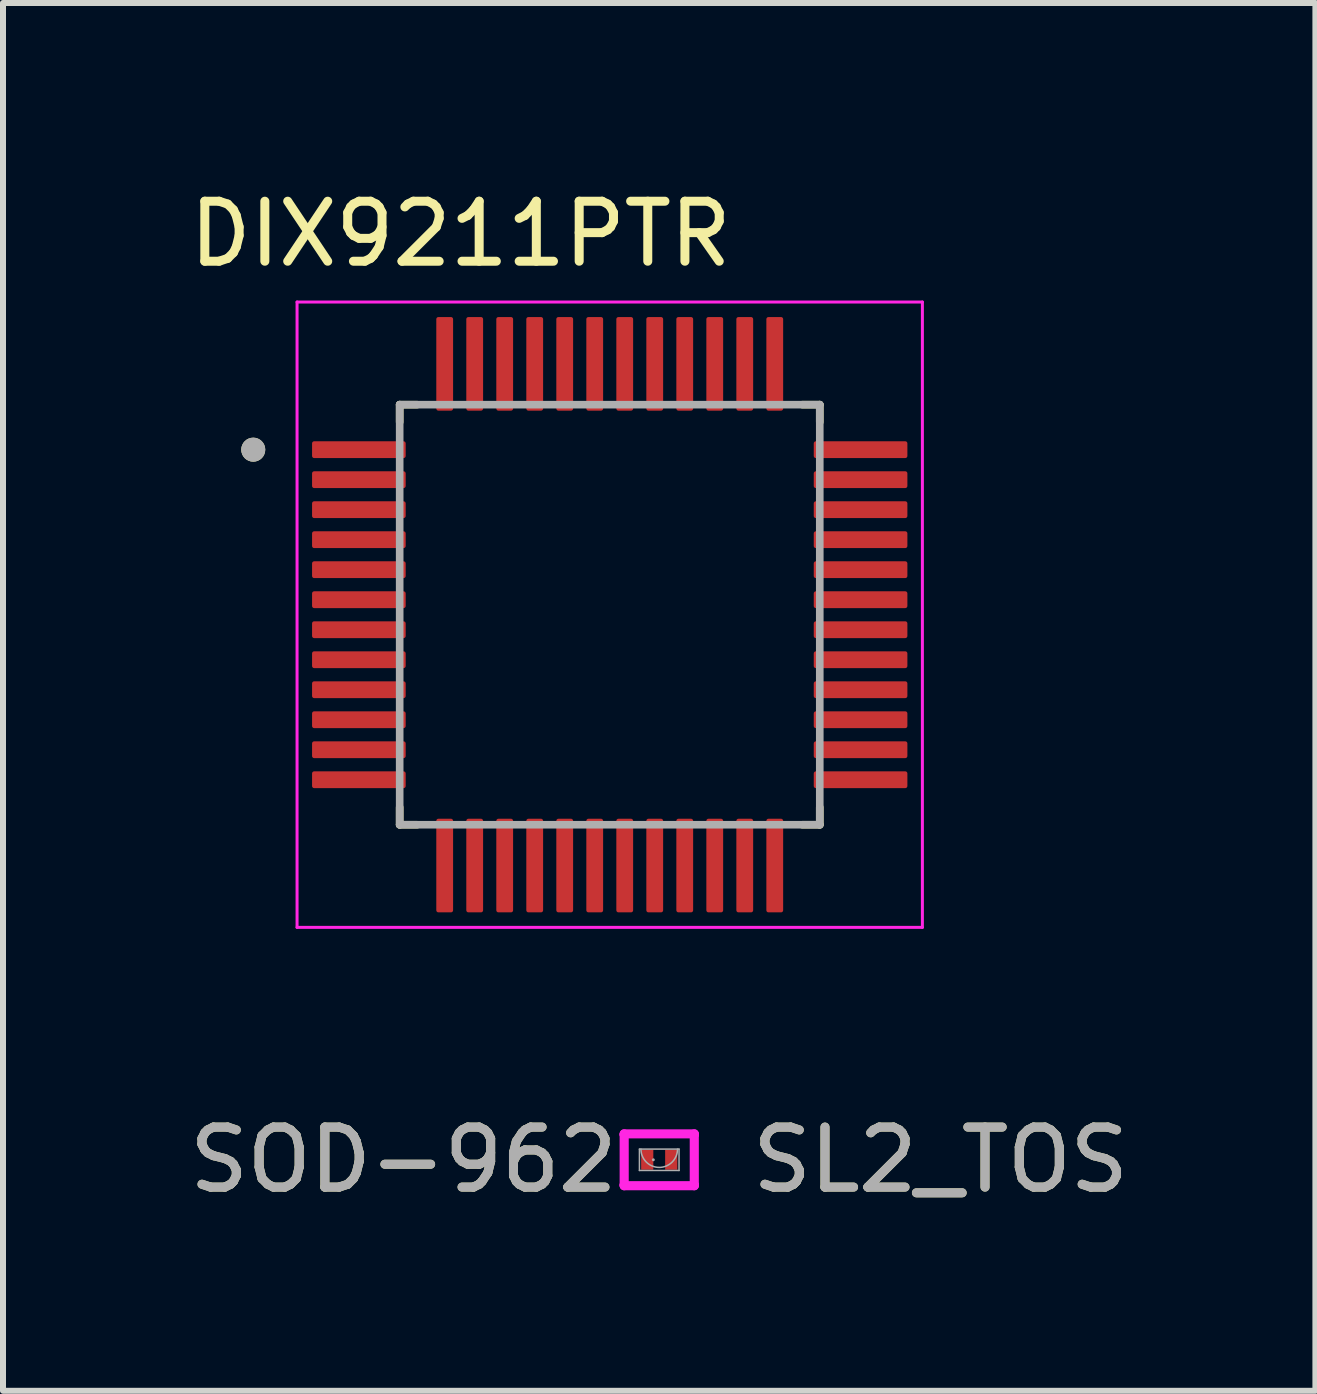
<source format=kicad_pcb>
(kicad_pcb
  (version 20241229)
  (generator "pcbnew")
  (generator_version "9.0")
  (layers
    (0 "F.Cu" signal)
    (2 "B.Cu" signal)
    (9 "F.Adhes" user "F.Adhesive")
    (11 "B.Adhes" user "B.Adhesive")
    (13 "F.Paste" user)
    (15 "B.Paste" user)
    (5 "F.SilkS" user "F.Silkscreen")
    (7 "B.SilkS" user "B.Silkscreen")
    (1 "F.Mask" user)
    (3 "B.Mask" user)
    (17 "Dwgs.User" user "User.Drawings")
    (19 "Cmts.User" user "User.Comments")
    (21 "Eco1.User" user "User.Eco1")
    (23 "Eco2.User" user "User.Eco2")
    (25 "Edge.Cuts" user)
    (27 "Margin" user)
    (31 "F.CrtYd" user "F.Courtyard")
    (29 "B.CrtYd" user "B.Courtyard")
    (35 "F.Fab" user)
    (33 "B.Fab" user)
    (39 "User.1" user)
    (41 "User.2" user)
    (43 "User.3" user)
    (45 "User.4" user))
  (footprint "SOD-962   SL2_TOS"
    (layer "F.Cu")
    (at 7.935 16.276)
    (property "Reference" "SOD-962   SL2_TOS" (at 0 0 0) (unlocked yes) (layer "F.SilkS") (effects (font (size 1 1) (thickness 0.15))))
    (attr smd)
    (fp_line (start -0.584 -0.432) (end 0.584 -0.432) (stroke (width 0.152) (type solid)) (layer "F.CrtYd"))
    (fp_line (start -0.584 -0.419) (end -0.584 -0.432) (stroke (width 0.152) (type solid)) (layer "F.CrtYd"))
    (fp_line (start -0.584 -0.419) (end -0.584 -0.419) (stroke (width 0.152) (type solid)) (layer "F.CrtYd"))
    (fp_line (start -0.584 0.419) (end -0.584 -0.419) (stroke (width 0.152) (type solid)) (layer "F.CrtYd"))
    (fp_line (start -0.584 0.419) (end -0.584 0.419) (stroke (width 0.152) (type solid)) (layer "F.CrtYd"))
    (fp_line (start -0.584 0.432) (end -0.584 0.419) (stroke (width 0.152) (type solid)) (layer "F.CrtYd"))
    (fp_line (start 0.584 -0.432) (end 0.584 -0.419) (stroke (width 0.152) (type solid)) (layer "F.CrtYd"))
    (fp_line (start 0.584 -0.419) (end 0.584 -0.419) (stroke (width 0.152) (type solid)) (layer "F.CrtYd"))
    (fp_line (start 0.584 -0.419) (end 0.584 0.419) (stroke (width 0.152) (type solid)) (layer "F.CrtYd"))
    (fp_line (start 0.584 0.419) (end 0.584 0.419) (stroke (width 0.152) (type solid)) (layer "F.CrtYd"))
    (fp_line (start 0.584 0.419) (end 0.584 0.432) (stroke (width 0.152) (type solid)) (layer "F.CrtYd"))
    (fp_line (start 0.584 0.432) (end -0.584 0.432) (stroke (width 0.152) (type solid)) (layer "F.CrtYd"))
    (fp_line (start -0.33 -0.178) (end -0.33 0.178) (stroke (width 0.025) (type solid)) (layer "F.Fab"))
    (fp_line (start -0.33 0.178) (end 0.33 0.178) (stroke (width 0.025) (type solid)) (layer "F.Fab"))
    (fp_line (start 0.33 -0.178) (end -0.33 -0.178) (stroke (width 0.025) (type solid)) (layer "F.Fab"))
    (fp_line (start 0.33 0.178) (end 0.33 -0.178) (stroke (width 0.025) (type solid)) (layer "F.Fab"))
    (fp_arc (start 0.3048 -0.1778) (mid 0 0.127) (end -0.3048 -0.1778) (stroke (width 0.0254) (type solid)) (layer "F.Fab"))
    (fp_circle (center -0.098 0) (end -0.098 0) (stroke (width 0.025) (type solid)) (fill no) (layer "F.Fab"))
    (fp_text user "${REFERENCE}" (at 0 0 0) (unlocked yes) (layer "F.Fab") (effects (font (size 1 1) (thickness 0.15))))
    (pad "1" smd rect (at -0.2 0) (size 0.203 0.33) (layers "F.Cu" "F.Mask" "F.Paste"))
    (pad "2" smd rect (at 0.2 0) (size 0.203 0.33) (layers "F.Cu" "F.Mask" "F.Paste")))
  (footprint "DIX9211PTR"
    (layer "F.Cu")
    (at 7.11 7.193)
    (property "Reference" "DIX9211PTR" (at -2.485 -6.345 0) (layer "F.SilkS") (effects (font (size 1 1) (thickness 0.15))))
    (attr smd)
    (fp_line (start -3.5 -3.5) (end -3.5 -3.21) (stroke (width 0.127) (type solid)) (layer "F.SilkS"))
    (fp_line (start -3.5 -3.5) (end -3.21 -3.5) (stroke (width 0.127) (type solid)) (layer "F.SilkS"))
    (fp_line (start -3.5 3.5) (end -3.5 3.21) (stroke (width 0.127) (type solid)) (layer "F.SilkS"))
    (fp_line (start -3.5 3.5) (end -3.21 3.5) (stroke (width 0.127) (type solid)) (layer "F.SilkS"))
    (fp_line (start 3.5 -3.5) (end 3.21 -3.5) (stroke (width 0.127) (type solid)) (layer "F.SilkS"))
    (fp_line (start 3.5 -3.5) (end 3.5 -3.21) (stroke (width 0.127) (type solid)) (layer "F.SilkS"))
    (fp_line (start 3.5 3.5) (end 3.21 3.5) (stroke (width 0.127) (type solid)) (layer "F.SilkS"))
    (fp_line (start 3.5 3.5) (end 3.5 3.21) (stroke (width 0.127) (type solid)) (layer "F.SilkS"))
    (fp_circle (center -5.94 -2.75) (end -5.84 -2.75) (stroke (width 0.2) (type solid)) (fill no) (layer "F.SilkS"))
    (fp_line (start -5.21 -5.21) (end 5.21 -5.21) (stroke (width 0.05) (type solid)) (layer "F.CrtYd"))
    (fp_line (start -5.21 5.21) (end -5.21 -5.21) (stroke (width 0.05) (type solid)) (layer "F.CrtYd"))
    (fp_line (start -5.21 5.21) (end 5.21 5.21) (stroke (width 0.05) (type solid)) (layer "F.CrtYd"))
    (fp_line (start 5.21 5.21) (end 5.21 -5.21) (stroke (width 0.05) (type solid)) (layer "F.CrtYd"))
    (fp_line (start -3.5 3.5) (end -3.5 -3.5) (stroke (width 0.127) (type solid)) (layer "F.Fab"))
    (fp_line (start 3.5 -3.5) (end -3.5 -3.5) (stroke (width 0.127) (type solid)) (layer "F.Fab"))
    (fp_line (start 3.5 3.5) (end -3.5 3.5) (stroke (width 0.127) (type solid)) (layer "F.Fab"))
    (fp_line (start 3.5 3.5) (end 3.5 -3.5) (stroke (width 0.127) (type solid)) (layer "F.Fab"))
    (fp_circle (center -5.94 -2.75) (end -5.84 -2.75) (stroke (width 0.2) (type solid)) (fill no) (layer "F.Fab"))
    (pad "1" smd roundrect (at -4.18 -2.75) (size 1.56 0.28) (layers "F.Cu" "F.Mask" "F.Paste") (roundrect_rratio 0.125))
    (pad "2" smd roundrect (at -4.18 -2.25) (size 1.56 0.28) (layers "F.Cu" "F.Mask" "F.Paste") (roundrect_rratio 0.125))
    (pad "3" smd roundrect (at -4.18 -1.75) (size 1.56 0.28) (layers "F.Cu" "F.Mask" "F.Paste") (roundrect_rratio 0.125))
    (pad "4" smd roundrect (at -4.18 -1.25) (size 1.56 0.28) (layers "F.Cu" "F.Mask" "F.Paste") (roundrect_rratio 0.125))
    (pad "5" smd roundrect (at -4.18 -0.75) (size 1.56 0.28) (layers "F.Cu" "F.Mask" "F.Paste") (roundrect_rratio 0.125))
    (pad "6" smd roundrect (at -4.18 -0.25) (size 1.56 0.28) (layers "F.Cu" "F.Mask" "F.Paste") (roundrect_rratio 0.125))
    (pad "7" smd roundrect (at -4.18 0.25) (size 1.56 0.28) (layers "F.Cu" "F.Mask" "F.Paste") (roundrect_rratio 0.125))
    (pad "8" smd roundrect (at -4.18 0.75) (size 1.56 0.28) (layers "F.Cu" "F.Mask" "F.Paste") (roundrect_rratio 0.125))
    (pad "9" smd roundrect (at -4.18 1.25) (size 1.56 0.28) (layers "F.Cu" "F.Mask" "F.Paste") (roundrect_rratio 0.125))
    (pad "10" smd roundrect (at -4.18 1.75) (size 1.56 0.28) (layers "F.Cu" "F.Mask" "F.Paste") (roundrect_rratio 0.125))
    (pad "11" smd roundrect (at -4.18 2.25) (size 1.56 0.28) (layers "F.Cu" "F.Mask" "F.Paste") (roundrect_rratio 0.125))
    (pad "12" smd roundrect (at -4.18 2.75) (size 1.56 0.28) (layers "F.Cu" "F.Mask" "F.Paste") (roundrect_rratio 0.125))
    (pad "13" smd roundrect (at -2.75 4.18) (size 0.28 1.56) (layers "F.Cu" "F.Mask" "F.Paste") (roundrect_rratio 0.125))
    (pad "14" smd roundrect (at -2.25 4.18) (size 0.28 1.56) (layers "F.Cu" "F.Mask" "F.Paste") (roundrect_rratio 0.125))
    (pad "15" smd roundrect (at -1.75 4.18) (size 0.28 1.56) (layers "F.Cu" "F.Mask" "F.Paste") (roundrect_rratio 0.125))
    (pad "16" smd roundrect (at -1.25 4.18) (size 0.28 1.56) (layers "F.Cu" "F.Mask" "F.Paste") (roundrect_rratio 0.125))
    (pad "17" smd roundrect (at -0.75 4.18) (size 0.28 1.56) (layers "F.Cu" "F.Mask" "F.Paste") (roundrect_rratio 0.125))
    (pad "18" smd roundrect (at -0.25 4.18) (size 0.28 1.56) (layers "F.Cu" "F.Mask" "F.Paste") (roundrect_rratio 0.125))
    (pad "19" smd roundrect (at 0.25 4.18) (size 0.28 1.56) (layers "F.Cu" "F.Mask" "F.Paste") (roundrect_rratio 0.125))
    (pad "20" smd roundrect (at 0.75 4.18) (size 0.28 1.56) (layers "F.Cu" "F.Mask" "F.Paste") (roundrect_rratio 0.125))
    (pad "21" smd roundrect (at 1.25 4.18) (size 0.28 1.56) (layers "F.Cu" "F.Mask" "F.Paste") (roundrect_rratio 0.125))
    (pad "22" smd roundrect (at 1.75 4.18) (size 0.28 1.56) (layers "F.Cu" "F.Mask" "F.Paste") (roundrect_rratio 0.125))
    (pad "23" smd roundrect (at 2.25 4.18) (size 0.28 1.56) (layers "F.Cu" "F.Mask" "F.Paste") (roundrect_rratio 0.125))
    (pad "24" smd roundrect (at 2.75 4.18) (size 0.28 1.56) (layers "F.Cu" "F.Mask" "F.Paste") (roundrect_rratio 0.125))
    (pad "25" smd roundrect (at 4.18 2.75) (size 1.56 0.28) (layers "F.Cu" "F.Mask" "F.Paste") (roundrect_rratio 0.125))
    (pad "26" smd roundrect (at 4.18 2.25) (size 1.56 0.28) (layers "F.Cu" "F.Mask" "F.Paste") (roundrect_rratio 0.125))
    (pad "27" smd roundrect (at 4.18 1.75) (size 1.56 0.28) (layers "F.Cu" "F.Mask" "F.Paste") (roundrect_rratio 0.125))
    (pad "28" smd roundrect (at 4.18 1.25) (size 1.56 0.28) (layers "F.Cu" "F.Mask" "F.Paste") (roundrect_rratio 0.125))
    (pad "29" smd roundrect (at 4.18 0.75) (size 1.56 0.28) (layers "F.Cu" "F.Mask" "F.Paste") (roundrect_rratio 0.125))
    (pad "30" smd roundrect (at 4.18 0.25) (size 1.56 0.28) (layers "F.Cu" "F.Mask" "F.Paste") (roundrect_rratio 0.125))
    (pad "31" smd roundrect (at 4.18 -0.25) (size 1.56 0.28) (layers "F.Cu" "F.Mask" "F.Paste") (roundrect_rratio 0.125))
    (pad "32" smd roundrect (at 4.18 -0.75) (size 1.56 0.28) (layers "F.Cu" "F.Mask" "F.Paste") (roundrect_rratio 0.125))
    (pad "33" smd roundrect (at 4.18 -1.25) (size 1.56 0.28) (layers "F.Cu" "F.Mask" "F.Paste") (roundrect_rratio 0.125))
    (pad "34" smd roundrect (at 4.18 -1.75) (size 1.56 0.28) (layers "F.Cu" "F.Mask" "F.Paste") (roundrect_rratio 0.125))
    (pad "35" smd roundrect (at 4.18 -2.25) (size 1.56 0.28) (layers "F.Cu" "F.Mask" "F.Paste") (roundrect_rratio 0.125))
    (pad "36" smd roundrect (at 4.18 -2.75) (size 1.56 0.28) (layers "F.Cu" "F.Mask" "F.Paste") (roundrect_rratio 0.125))
    (pad "37" smd roundrect (at 2.75 -4.18) (size 0.28 1.56) (layers "F.Cu" "F.Mask" "F.Paste") (roundrect_rratio 0.125))
    (pad "38" smd roundrect (at 2.25 -4.18) (size 0.28 1.56) (layers "F.Cu" "F.Mask" "F.Paste") (roundrect_rratio 0.125))
    (pad "39" smd roundrect (at 1.75 -4.18) (size 0.28 1.56) (layers "F.Cu" "F.Mask" "F.Paste") (roundrect_rratio 0.125))
    (pad "40" smd roundrect (at 1.25 -4.18) (size 0.28 1.56) (layers "F.Cu" "F.Mask" "F.Paste") (roundrect_rratio 0.125))
    (pad "41" smd roundrect (at 0.75 -4.18) (size 0.28 1.56) (layers "F.Cu" "F.Mask" "F.Paste") (roundrect_rratio 0.125))
    (pad "42" smd roundrect (at 0.25 -4.18) (size 0.28 1.56) (layers "F.Cu" "F.Mask" "F.Paste") (roundrect_rratio 0.125))
    (pad "43" smd roundrect (at -0.25 -4.18) (size 0.28 1.56) (layers "F.Cu" "F.Mask" "F.Paste") (roundrect_rratio 0.125))
    (pad "44" smd roundrect (at -0.75 -4.18) (size 0.28 1.56) (layers "F.Cu" "F.Mask" "F.Paste") (roundrect_rratio 0.125))
    (pad "45" smd roundrect (at -1.25 -4.18) (size 0.28 1.56) (layers "F.Cu" "F.Mask" "F.Paste") (roundrect_rratio 0.125))
    (pad "46" smd roundrect (at -1.75 -4.18) (size 0.28 1.56) (layers "F.Cu" "F.Mask" "F.Paste") (roundrect_rratio 0.125))
    (pad "47" smd roundrect (at -2.25 -4.18) (size 0.28 1.56) (layers "F.Cu" "F.Mask" "F.Paste") (roundrect_rratio 0.125))
    (pad "48" smd roundrect (at -2.75 -4.18) (size 0.28 1.56) (layers "F.Cu" "F.Mask" "F.Paste") (roundrect_rratio 0.125)))
  (gr_rect
    (start -3 -3)
    (end 18.869 20.125)
    (stroke (width 0.1) (type default))
    (fill no)
    (layer "Edge.Cuts")))
</source>
